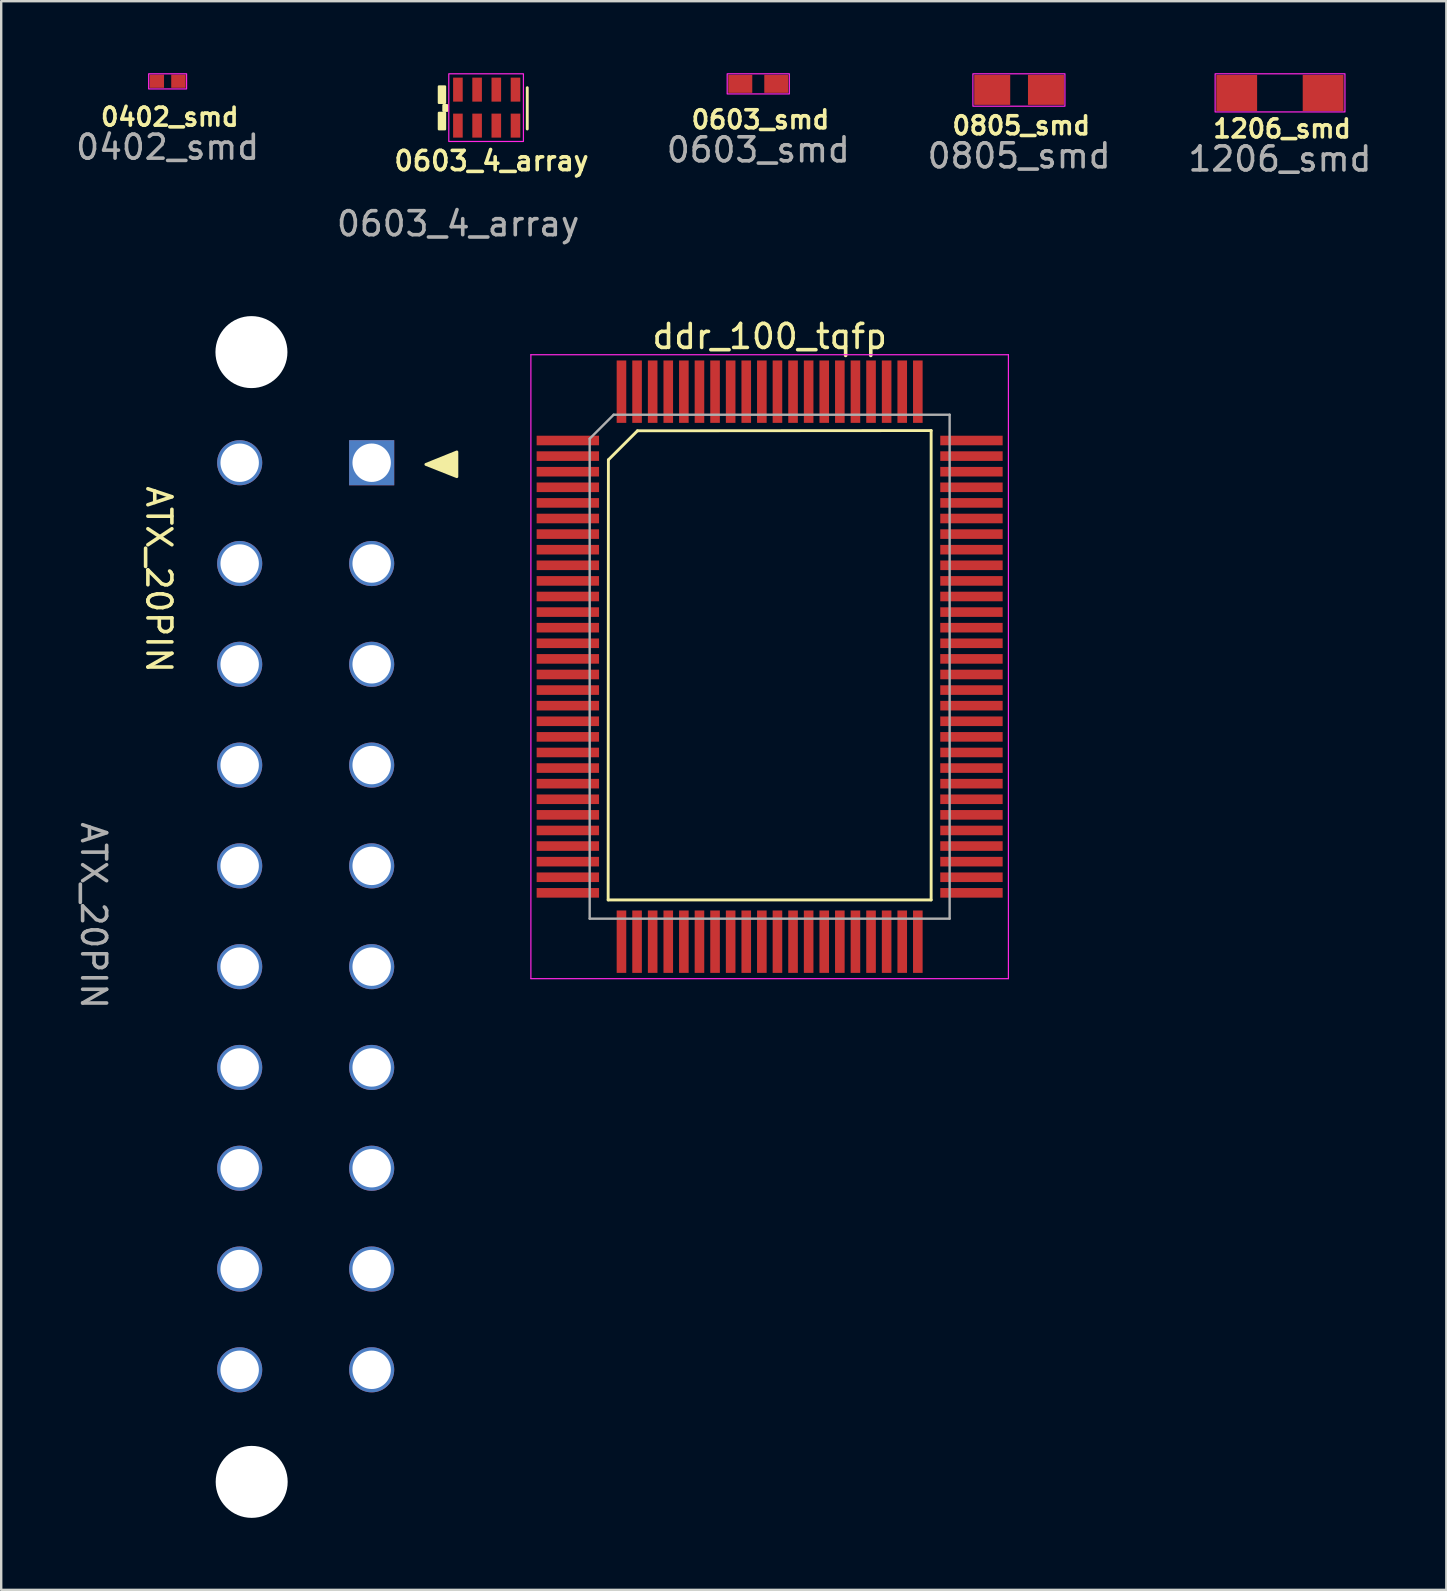
<source format=kicad_pcb>
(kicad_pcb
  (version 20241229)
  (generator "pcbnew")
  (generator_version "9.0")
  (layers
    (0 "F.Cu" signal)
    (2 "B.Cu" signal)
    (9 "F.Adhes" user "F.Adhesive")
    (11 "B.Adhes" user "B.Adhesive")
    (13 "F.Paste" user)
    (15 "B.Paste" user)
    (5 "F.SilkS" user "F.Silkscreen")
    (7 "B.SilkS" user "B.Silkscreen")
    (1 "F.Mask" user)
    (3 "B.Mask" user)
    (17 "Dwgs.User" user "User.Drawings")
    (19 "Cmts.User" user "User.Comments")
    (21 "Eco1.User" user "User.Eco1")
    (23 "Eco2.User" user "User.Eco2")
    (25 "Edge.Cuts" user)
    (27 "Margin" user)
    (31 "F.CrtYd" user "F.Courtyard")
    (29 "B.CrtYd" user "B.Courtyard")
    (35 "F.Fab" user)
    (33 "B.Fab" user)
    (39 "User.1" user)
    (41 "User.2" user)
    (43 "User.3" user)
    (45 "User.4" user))
  (footprint "ATX_20PIN"
    (layer "F.Cu")
    (at 9.678 35.123)
    (property "Reference" "ATX_20PIN" (at -6.11 -14.02 270) (unlocked yes) (layer "F.SilkS") (effects (font (size 1 1) (thickness 0.15))))
    (attr smd)
    (fp_poly (pts (xy 5.02 -18.82) (xy 6.31 -19.34) (xy 6.31 -18.31)) (stroke (width 0.12) (type solid)) (fill yes) (layer "F.SilkS"))
    (fp_text user "${REFERENCE}" (at -8.83 -0.02 270) (unlocked yes) (layer "F.Fab") (effects (font (size 1 1) (thickness 0.15))))
    (pad "" np_thru_hole circle (at -2.25 -23.5 90) (size 3 3) (drill 3) (layers "*.Cu" "*.Mask"))
    (pad "" np_thru_hole circle (at -2.24 23.58 90) (size 3 3) (drill 3) (layers "*.Cu" "*.Mask"))
    (pad "1" thru_hole rect (at 2.76 -18.89) (size 1.88 1.88) (drill 1.6) (layers "*.Cu" "*.Mask"))
    (pad "2" thru_hole circle (at 2.76 -14.69) (size 1.88 1.88) (drill 1.6) (layers "*.Cu" "*.Mask"))
    (pad "3" thru_hole circle (at 2.76 -10.49) (size 1.88 1.88) (drill 1.6) (layers "*.Cu" "*.Mask"))
    (pad "4" thru_hole circle (at 2.76 -6.29) (size 1.88 1.88) (drill 1.6) (layers "*.Cu" "*.Mask"))
    (pad "5" thru_hole circle (at 2.76 -2.09) (size 1.88 1.88) (drill 1.6) (layers "*.Cu" "*.Mask"))
    (pad "6" thru_hole circle (at 2.76 2.11) (size 1.88 1.88) (drill 1.6) (layers "*.Cu" "*.Mask"))
    (pad "7" thru_hole circle (at 2.76 6.31) (size 1.88 1.88) (drill 1.6) (layers "*.Cu" "*.Mask"))
    (pad "8" thru_hole circle (at 2.76 10.51) (size 1.88 1.88) (drill 1.6) (layers "*.Cu" "*.Mask"))
    (pad "9" thru_hole circle (at 2.76 14.71) (size 1.88 1.88) (drill 1.6) (layers "*.Cu" "*.Mask"))
    (pad "10" thru_hole circle (at 2.76 18.91) (size 1.88 1.88) (drill 1.6) (layers "*.Cu" "*.Mask"))
    (pad "11" thru_hole circle (at -2.74 -18.89) (size 1.88 1.88) (drill 1.6) (layers "*.Cu" "*.Mask"))
    (pad "12" thru_hole circle (at -2.74 -14.69) (size 1.88 1.88) (drill 1.6) (layers "*.Cu" "*.Mask"))
    (pad "13" thru_hole circle (at -2.74 -10.49) (size 1.88 1.88) (drill 1.6) (layers "*.Cu" "*.Mask"))
    (pad "14" thru_hole circle (at -2.74 -6.29) (size 1.88 1.88) (drill 1.6) (layers "*.Cu" "*.Mask"))
    (pad "15" thru_hole circle (at -2.74 -2.09) (size 1.88 1.88) (drill 1.6) (layers "*.Cu" "*.Mask"))
    (pad "16" thru_hole circle (at -2.74 2.11) (size 1.88 1.88) (drill 1.6) (layers "*.Cu" "*.Mask"))
    (pad "17" thru_hole circle (at -2.74 6.31) (size 1.88 1.88) (drill 1.6) (layers "*.Cu" "*.Mask"))
    (pad "18" thru_hole circle (at -2.74 10.51) (size 1.88 1.88) (drill 1.6) (layers "*.Cu" "*.Mask"))
    (pad "19" thru_hole circle (at -2.74 14.71) (size 1.88 1.88) (drill 1.6) (layers "*.Cu" "*.Mask"))
    (pad "20" thru_hole circle (at -2.74 18.91) (size 1.88 1.88) (drill 1.6) (layers "*.Cu" "*.Mask")))
  (footprint "0805_smd"
    (layer "F.Cu")
    (at 39.418 0.695)
    (property "Reference" "0805_smd" (at 0.09 1.49 0) (unlocked yes) (layer "F.SilkS") (effects (font (size 0.75 0.75) (thickness 0.15))))
    (attr smd)
    (fp_rect (start -1.925 -0.67) (end 1.91 0.68) (stroke (width 0.05) (type default)) (fill no) (layer "F.CrtYd"))
    (fp_text user "${REFERENCE}" (at 0 2.75 0) (unlocked yes) (layer "F.Fab") (effects (font (size 1 1) (thickness 0.15))))
    (pad "1" smd rect (at -1.12 0) (size 1.5 1.25) (layers "F.Cu" "F.Mask" "F.Paste"))
    (pad "2" smd rect (at 1.12 0) (size 1.5 1.25) (layers "F.Cu" "F.Mask" "F.Paste")))
  (footprint "0402_smd"
    (layer "F.Cu")
    (at 3.935 0.335)
    (property "Reference" "0402_smd" (at 0.09 1.49 0) (unlocked yes) (layer "F.SilkS") (effects (font (size 0.75 0.75) (thickness 0.15))))
    (attr smd)
    (fp_rect (start -0.79 -0.31) (end 0.79 0.32) (stroke (width 0.05) (type default)) (fill no) (layer "F.CrtYd"))
    (fp_text user "${REFERENCE}" (at 0 2.75 0) (unlocked yes) (layer "F.Fab") (effects (font (size 1 1) (thickness 0.15))))
    (pad "1" smd rect (at -0.45 0) (size 0.6 0.55) (layers "F.Cu" "F.Mask" "F.Paste"))
    (pad "2" smd rect (at 0.45 0) (size 0.6 0.55) (layers "F.Cu" "F.Mask" "F.Paste")))
  (footprint "0603_4_array"
    (layer "F.Cu")
    (at 16.032 0.685)
    (property "Reference" "0603_4_array" (at 1.4 2.97 0) (unlocked yes) (layer "F.SilkS") (effects (font (size 0.8 0.8) (thickness 0.15))))
    (attr smd)
    (fp_line (start 2.89 -0.08) (end 2.89 1.64) (stroke (width 0.12) (type default)) (layer "F.SilkS"))
    (fp_rect (start -0.79 -0.13) (end -0.54 0.55) (stroke (width 0.1) (type solid)) (fill yes) (layer "F.SilkS"))
    (fp_rect (start -0.79 0.97) (end -0.54 1.65) (stroke (width 0.1) (type solid)) (fill yes) (layer "F.SilkS"))
    (fp_rect (start -0.6 0.65) (end -0.45 0.88) (stroke (width 0.1) (type solid)) (fill yes) (layer "F.SilkS"))
    (fp_rect (start -0.38 -0.66) (end 2.73 2.16) (stroke (width 0.05) (type default)) (fill no) (layer "F.CrtYd"))
    (fp_text user "${REFERENCE}" (at 0.01 5.59 0) (unlocked yes) (layer "F.Fab") (effects (font (size 1 1) (thickness 0.15))))
    (pad "1" smd rect (at 0 1.5) (size 0.4 1) (layers "F.Cu" "F.Mask" "F.Paste"))
    (pad "2" smd rect (at 0.8 1.5) (size 0.4 1) (layers "F.Cu" "F.Mask" "F.Paste"))
    (pad "3" smd rect (at 1.6 1.5) (size 0.4 1) (layers "F.Cu" "F.Mask" "F.Paste"))
    (pad "4" smd rect (at 2.4 1.5) (size 0.4 1) (layers "F.Cu" "F.Mask" "F.Paste"))
    (pad "5" smd rect (at 2.4 0) (size 0.4 1) (layers "F.Cu" "F.Mask" "F.Paste"))
    (pad "6" smd rect (at 1.6 0) (size 0.4 1) (layers "F.Cu" "F.Mask" "F.Paste"))
    (pad "7" smd rect (at 0.8 0) (size 0.4 1) (layers "F.Cu" "F.Mask" "F.Paste"))
    (pad "8" smd rect (at 0 0) (size 0.4 1) (layers "F.Cu" "F.Mask" "F.Paste")))
  (footprint "1206_smd"
    (layer "F.Cu")
    (at 50.287 0.825)
    (property "Reference" "1206_smd" (at 0.09 1.49 0) (unlocked yes) (layer "F.SilkS") (effects (font (size 0.75 0.75) (thickness 0.15))))
    (attr smd)
    (fp_rect (start -2.7 -0.8) (end 2.71 0.79) (stroke (width 0.05) (type default)) (fill no) (layer "F.CrtYd"))
    (fp_text user "${REFERENCE}" (at 0 2.75 0) (unlocked yes) (layer "F.Fab") (effects (font (size 1 1) (thickness 0.15))))
    (pad "1" smd rect (at -1.8 0) (size 1.7 1.5) (layers "F.Cu" "F.Mask" "F.Paste"))
    (pad "2" smd rect (at 1.8 0) (size 1.7 1.5) (layers "F.Cu" "F.Mask" "F.Paste")))
  (footprint "ddr_100_tqfp"
    (layer "F.Cu")
    (at 29.023 24.732)
    (property "Reference" "ddr_100_tqfp" (at 0 -13.76 0) (layer "F.SilkS") (effects (font (size 1 1) (thickness 0.15))))
    (attr through_hole)
    (fp_line (start -6.73 9.72) (end -6.72 -8.62) (stroke (width 0.12) (type default)) (layer "F.SilkS"))
    (fp_line (start -6.73 9.72) (end 6.73 9.72) (stroke (width 0.12) (type default)) (layer "F.SilkS"))
    (fp_line (start -5.51 -9.83) (end -6.72 -8.62) (stroke (width 0.12) (type default)) (layer "F.SilkS"))
    (fp_line (start -5.51 -9.83) (end 6.73 -9.84) (stroke (width 0.12) (type default)) (layer "F.SilkS"))
    (fp_line (start 6.73 -9.84) (end 6.73 9.72) (stroke (width 0.12) (type default)) (layer "F.SilkS"))
    (fp_line (start -9.95 -13) (end 9.95 -13) (stroke (width 0.05) (type default)) (layer "F.CrtYd"))
    (fp_line (start -9.95 13) (end -9.95 -13) (stroke (width 0.05) (type default)) (layer "F.CrtYd"))
    (fp_line (start 9.95 -13) (end 9.95 13) (stroke (width 0.05) (type default)) (layer "F.CrtYd"))
    (fp_line (start 9.95 13) (end -9.95 13) (stroke (width 0.05) (type default)) (layer "F.CrtYd"))
    (fp_line (start -7.5 -9.5) (end -7.5 10.5) (stroke (width 0.1) (type default)) (layer "F.Fab"))
    (fp_line (start -7.5 10.5) (end 7.5 10.5) (stroke (width 0.1) (type default)) (layer "F.Fab"))
    (fp_line (start -6.5 -10.5) (end -7.5 -9.5) (stroke (width 0.1) (type default)) (layer "F.Fab"))
    (fp_line (start 7.5 -10.5) (end -6.5 -10.5) (stroke (width 0.1) (type default)) (layer "F.Fab"))
    (fp_line (start 7.5 10.5) (end 7.5 -10.5) (stroke (width 0.1) (type default)) (layer "F.Fab"))
    (pad "1" smd rect (at -8.41 -9.425 90) (size 0.4 2.6) (layers "F.Cu" "F.Mask" "F.Paste"))
    (pad "2" smd rect (at -8.41 -8.775 90) (size 0.4 2.6) (layers "F.Cu" "F.Mask" "F.Paste"))
    (pad "3" smd rect (at -8.41 -8.125 90) (size 0.4 2.6) (layers "F.Cu" "F.Mask" "F.Paste"))
    (pad "4" smd rect (at -8.41 -7.475 90) (size 0.4 2.6) (layers "F.Cu" "F.Mask" "F.Paste"))
    (pad "5" smd rect (at -8.41 -6.825 90) (size 0.4 2.6) (layers "F.Cu" "F.Mask" "F.Paste"))
    (pad "6" smd rect (at -8.41 -6.175 90) (size 0.4 2.6) (layers "F.Cu" "F.Mask" "F.Paste"))
    (pad "7" smd rect (at -8.41 -5.525 90) (size 0.4 2.6) (layers "F.Cu" "F.Mask" "F.Paste"))
    (pad "8" smd rect (at -8.41 -4.875 90) (size 0.4 2.6) (layers "F.Cu" "F.Mask" "F.Paste"))
    (pad "9" smd rect (at -8.41 -4.225 90) (size 0.4 2.6) (layers "F.Cu" "F.Mask" "F.Paste"))
    (pad "10" smd rect (at -8.41 -3.575 90) (size 0.4 2.6) (layers "F.Cu" "F.Mask" "F.Paste"))
    (pad "11" smd rect (at -8.41 -2.925 90) (size 0.4 2.6) (layers "F.Cu" "F.Mask" "F.Paste"))
    (pad "12" smd rect (at -8.41 -2.275 90) (size 0.4 2.6) (layers "F.Cu" "F.Mask" "F.Paste"))
    (pad "13" smd rect (at -8.41 -1.625 90) (size 0.4 2.6) (layers "F.Cu" "F.Mask" "F.Paste"))
    (pad "14" smd rect (at -8.41 -0.975 90) (size 0.4 2.6) (layers "F.Cu" "F.Mask" "F.Paste"))
    (pad "15" smd rect (at -8.41 -0.325 90) (size 0.4 2.6) (layers "F.Cu" "F.Mask" "F.Paste"))
    (pad "16" smd rect (at -8.41 0.325 90) (size 0.4 2.6) (layers "F.Cu" "F.Mask" "F.Paste"))
    (pad "17" smd rect (at -8.41 0.975 90) (size 0.4 2.6) (layers "F.Cu" "F.Mask" "F.Paste"))
    (pad "18" smd rect (at -8.41 1.625 90) (size 0.4 2.6) (layers "F.Cu" "F.Mask" "F.Paste"))
    (pad "19" smd rect (at -8.41 2.275 90) (size 0.4 2.6) (layers "F.Cu" "F.Mask" "F.Paste"))
    (pad "20" smd rect (at -8.41 2.925 90) (size 0.4 2.6) (layers "F.Cu" "F.Mask" "F.Paste"))
    (pad "21" smd rect (at -8.41 3.575 90) (size 0.4 2.6) (layers "F.Cu" "F.Mask" "F.Paste"))
    (pad "22" smd rect (at -8.41 4.225 90) (size 0.4 2.6) (layers "F.Cu" "F.Mask" "F.Paste"))
    (pad "23" smd rect (at -8.41 4.875 90) (size 0.4 2.6) (layers "F.Cu" "F.Mask" "F.Paste"))
    (pad "24" smd rect (at -8.41 5.525 90) (size 0.4 2.6) (layers "F.Cu" "F.Mask" "F.Paste"))
    (pad "25" smd rect (at -8.41 6.175 90) (size 0.4 2.6) (layers "F.Cu" "F.Mask" "F.Paste"))
    (pad "26" smd rect (at -8.41 6.825 90) (size 0.4 2.6) (layers "F.Cu" "F.Mask" "F.Paste"))
    (pad "27" smd rect (at -8.41 7.475 90) (size 0.4 2.6) (layers "F.Cu" "F.Mask" "F.Paste"))
    (pad "28" smd rect (at -8.41 8.125 90) (size 0.4 2.6) (layers "F.Cu" "F.Mask" "F.Paste"))
    (pad "29" smd rect (at -8.41 8.775 90) (size 0.4 2.6) (layers "F.Cu" "F.Mask" "F.Paste"))
    (pad "30" smd rect (at -8.41 9.425 90) (size 0.4 2.6) (layers "F.Cu" "F.Mask" "F.Paste"))
    (pad "31" smd rect (at -6.175 11.46) (size 0.4 2.6) (layers "F.Cu" "F.Mask" "F.Paste"))
    (pad "32" smd rect (at -5.525 11.46) (size 0.4 2.6) (layers "F.Cu" "F.Mask" "F.Paste"))
    (pad "33" smd rect (at -4.875 11.46) (size 0.4 2.6) (layers "F.Cu" "F.Mask" "F.Paste"))
    (pad "34" smd rect (at -4.225 11.46) (size 0.4 2.6) (layers "F.Cu" "F.Mask" "F.Paste"))
    (pad "35" smd rect (at -3.575 11.46) (size 0.4 2.6) (layers "F.Cu" "F.Mask" "F.Paste"))
    (pad "36" smd rect (at -2.925 11.46) (size 0.4 2.6) (layers "F.Cu" "F.Mask" "F.Paste"))
    (pad "37" smd rect (at -2.275 11.46) (size 0.4 2.6) (layers "F.Cu" "F.Mask" "F.Paste"))
    (pad "38" smd rect (at -1.625 11.46) (size 0.4 2.6) (layers "F.Cu" "F.Mask" "F.Paste"))
    (pad "39" smd rect (at -0.975 11.46) (size 0.4 2.6) (layers "F.Cu" "F.Mask" "F.Paste"))
    (pad "40" smd rect (at -0.325 11.46) (size 0.4 2.6) (layers "F.Cu" "F.Mask" "F.Paste"))
    (pad "41" smd rect (at 0.325 11.46) (size 0.4 2.6) (layers "F.Cu" "F.Mask" "F.Paste"))
    (pad "42" smd rect (at 0.975 11.46) (size 0.4 2.6) (layers "F.Cu" "F.Mask" "F.Paste"))
    (pad "43" smd rect (at 1.625 11.46) (size 0.4 2.6) (layers "F.Cu" "F.Mask" "F.Paste"))
    (pad "44" smd rect (at 2.275 11.46) (size 0.4 2.6) (layers "F.Cu" "F.Mask" "F.Paste"))
    (pad "45" smd rect (at 2.925 11.46) (size 0.4 2.6) (layers "F.Cu" "F.Mask" "F.Paste"))
    (pad "46" smd rect (at 3.575 11.46) (size 0.4 2.6) (layers "F.Cu" "F.Mask" "F.Paste"))
    (pad "47" smd rect (at 4.225 11.46) (size 0.4 2.6) (layers "F.Cu" "F.Mask" "F.Paste"))
    (pad "48" smd rect (at 4.875 11.46) (size 0.4 2.6) (layers "F.Cu" "F.Mask" "F.Paste"))
    (pad "49" smd rect (at 5.525 11.46) (size 0.4 2.6) (layers "F.Cu" "F.Mask" "F.Paste"))
    (pad "50" smd rect (at 6.175 11.46) (size 0.4 2.6) (layers "F.Cu" "F.Mask" "F.Paste"))
    (pad "51" smd rect (at 8.41 9.425 90) (size 0.4 2.6) (layers "F.Cu" "F.Mask" "F.Paste"))
    (pad "52" smd rect (at 8.41 8.775 90) (size 0.4 2.6) (layers "F.Cu" "F.Mask" "F.Paste"))
    (pad "53" smd rect (at 8.41 8.125 90) (size 0.4 2.6) (layers "F.Cu" "F.Mask" "F.Paste"))
    (pad "54" smd rect (at 8.41 7.475 90) (size 0.4 2.6) (layers "F.Cu" "F.Mask" "F.Paste"))
    (pad "55" smd rect (at 8.41 6.825 90) (size 0.4 2.6) (layers "F.Cu" "F.Mask" "F.Paste"))
    (pad "56" smd rect (at 8.41 6.175 90) (size 0.4 2.6) (layers "F.Cu" "F.Mask" "F.Paste"))
    (pad "57" smd rect (at 8.41 5.525 90) (size 0.4 2.6) (layers "F.Cu" "F.Mask" "F.Paste"))
    (pad "58" smd rect (at 8.41 4.875 90) (size 0.4 2.6) (layers "F.Cu" "F.Mask" "F.Paste"))
    (pad "59" smd rect (at 8.41 4.225 90) (size 0.4 2.6) (layers "F.Cu" "F.Mask" "F.Paste"))
    (pad "60" smd rect (at 8.41 3.575 90) (size 0.4 2.6) (layers "F.Cu" "F.Mask" "F.Paste"))
    (pad "61" smd rect (at 8.41 2.925 90) (size 0.4 2.6) (layers "F.Cu" "F.Mask" "F.Paste"))
    (pad "62" smd rect (at 8.41 2.275 90) (size 0.4 2.6) (layers "F.Cu" "F.Mask" "F.Paste"))
    (pad "63" smd rect (at 8.41 1.625 90) (size 0.4 2.6) (layers "F.Cu" "F.Mask" "F.Paste"))
    (pad "64" smd rect (at 8.41 0.975 90) (size 0.4 2.6) (layers "F.Cu" "F.Mask" "F.Paste"))
    (pad "65" smd rect (at 8.41 0.325 90) (size 0.4 2.6) (layers "F.Cu" "F.Mask" "F.Paste"))
    (pad "66" smd rect (at 8.41 -0.325 90) (size 0.4 2.6) (layers "F.Cu" "F.Mask" "F.Paste"))
    (pad "67" smd rect (at 8.41 -0.975 90) (size 0.4 2.6) (layers "F.Cu" "F.Mask" "F.Paste"))
    (pad "68" smd rect (at 8.41 -1.625 90) (size 0.4 2.6) (layers "F.Cu" "F.Mask" "F.Paste"))
    (pad "69" smd rect (at 8.41 -2.275 90) (size 0.4 2.6) (layers "F.Cu" "F.Mask" "F.Paste"))
    (pad "70" smd rect (at 8.41 -2.925 90) (size 0.4 2.6) (layers "F.Cu" "F.Mask" "F.Paste"))
    (pad "71" smd rect (at 8.41 -3.575 90) (size 0.4 2.6) (layers "F.Cu" "F.Mask" "F.Paste"))
    (pad "72" smd rect (at 8.41 -4.225 90) (size 0.4 2.6) (layers "F.Cu" "F.Mask" "F.Paste"))
    (pad "73" smd rect (at 8.41 -4.875 90) (size 0.4 2.6) (layers "F.Cu" "F.Mask" "F.Paste"))
    (pad "74" smd rect (at 8.41 -5.525 90) (size 0.4 2.6) (layers "F.Cu" "F.Mask" "F.Paste"))
    (pad "75" smd rect (at 8.41 -6.175 90) (size 0.4 2.6) (layers "F.Cu" "F.Mask" "F.Paste"))
    (pad "76" smd rect (at 8.41 -6.825 90) (size 0.4 2.6) (layers "F.Cu" "F.Mask" "F.Paste"))
    (pad "77" smd rect (at 8.41 -7.475 90) (size 0.4 2.6) (layers "F.Cu" "F.Mask" "F.Paste"))
    (pad "78" smd rect (at 8.41 -8.125 90) (size 0.4 2.6) (layers "F.Cu" "F.Mask" "F.Paste"))
    (pad "79" smd rect (at 8.41 -8.775 90) (size 0.4 2.6) (layers "F.Cu" "F.Mask" "F.Paste"))
    (pad "80" smd rect (at 8.41 -9.425 90) (size 0.4 2.6) (layers "F.Cu" "F.Mask" "F.Paste"))
    (pad "81" smd rect (at 6.175 -11.46) (size 0.4 2.6) (layers "F.Cu" "F.Mask" "F.Paste"))
    (pad "82" smd rect (at 5.525 -11.46) (size 0.4 2.6) (layers "F.Cu" "F.Mask" "F.Paste"))
    (pad "83" smd rect (at 4.875 -11.46) (size 0.4 2.6) (layers "F.Cu" "F.Mask" "F.Paste"))
    (pad "84" smd rect (at 4.225 -11.46) (size 0.4 2.6) (layers "F.Cu" "F.Mask" "F.Paste"))
    (pad "85" smd rect (at 3.575 -11.46) (size 0.4 2.6) (layers "F.Cu" "F.Mask" "F.Paste"))
    (pad "86" smd rect (at 2.925 -11.46) (size 0.4 2.6) (layers "F.Cu" "F.Mask" "F.Paste"))
    (pad "87" smd rect (at 2.275 -11.46) (size 0.4 2.6) (layers "F.Cu" "F.Mask" "F.Paste"))
    (pad "88" smd rect (at 1.625 -11.46) (size 0.4 2.6) (layers "F.Cu" "F.Mask" "F.Paste"))
    (pad "89" smd rect (at 0.975 -11.46) (size 0.4 2.6) (layers "F.Cu" "F.Mask" "F.Paste"))
    (pad "90" smd rect (at 0.325 -11.46) (size 0.4 2.6) (layers "F.Cu" "F.Mask" "F.Paste"))
    (pad "91" smd rect (at -0.325 -11.46) (size 0.4 2.6) (layers "F.Cu" "F.Mask" "F.Paste"))
    (pad "92" smd rect (at -0.975 -11.46) (size 0.4 2.6) (layers "F.Cu" "F.Mask" "F.Paste"))
    (pad "93" smd rect (at -1.625 -11.46) (size 0.4 2.6) (layers "F.Cu" "F.Mask" "F.Paste"))
    (pad "94" smd rect (at -2.275 -11.46) (size 0.4 2.6) (layers "F.Cu" "F.Mask" "F.Paste"))
    (pad "95" smd rect (at -2.925 -11.46) (size 0.4 2.6) (layers "F.Cu" "F.Mask" "F.Paste"))
    (pad "96" smd rect (at -3.575 -11.46) (size 0.4 2.6) (layers "F.Cu" "F.Mask" "F.Paste"))
    (pad "97" smd rect (at -4.225 -11.46) (size 0.4 2.6) (layers "F.Cu" "F.Mask" "F.Paste"))
    (pad "98" smd rect (at -4.875 -11.46) (size 0.4 2.6) (layers "F.Cu" "F.Mask" "F.Paste"))
    (pad "99" smd rect (at -5.525 -11.46) (size 0.4 2.6) (layers "F.Cu" "F.Mask" "F.Paste"))
    (pad "100" smd rect (at -6.175 -11.46) (size 0.4 2.6) (layers "F.Cu" "F.Mask" "F.Paste")))
  (footprint "0603_smd"
    (layer "F.Cu")
    (at 28.549 0.445)
    (property "Reference" "0603_smd" (at 0.09 1.49 0) (unlocked yes) (layer "F.SilkS") (effects (font (size 0.75 0.75) (thickness 0.15))))
    (attr smd)
    (fp_rect (start -1.295 -0.42) (end 1.295 0.42) (stroke (width 0.05) (type default)) (fill no) (layer "F.CrtYd"))
    (fp_text user "${REFERENCE}" (at 0 2.75 0) (unlocked yes) (layer "F.Fab") (effects (font (size 1 1) (thickness 0.15))))
    (pad "1" smd rect (at -0.75 0) (size 1 0.75) (layers "F.Cu" "F.Mask" "F.Paste"))
    (pad "2" smd rect (at 0.75 0) (size 1 0.75) (layers "F.Cu" "F.Mask" "F.Paste")))
  (gr_rect
    (start -3 -3)
    (end 57.222 63.203)
    (stroke (width 0.1) (type default))
    (fill no)
    (layer "Edge.Cuts")))
</source>
